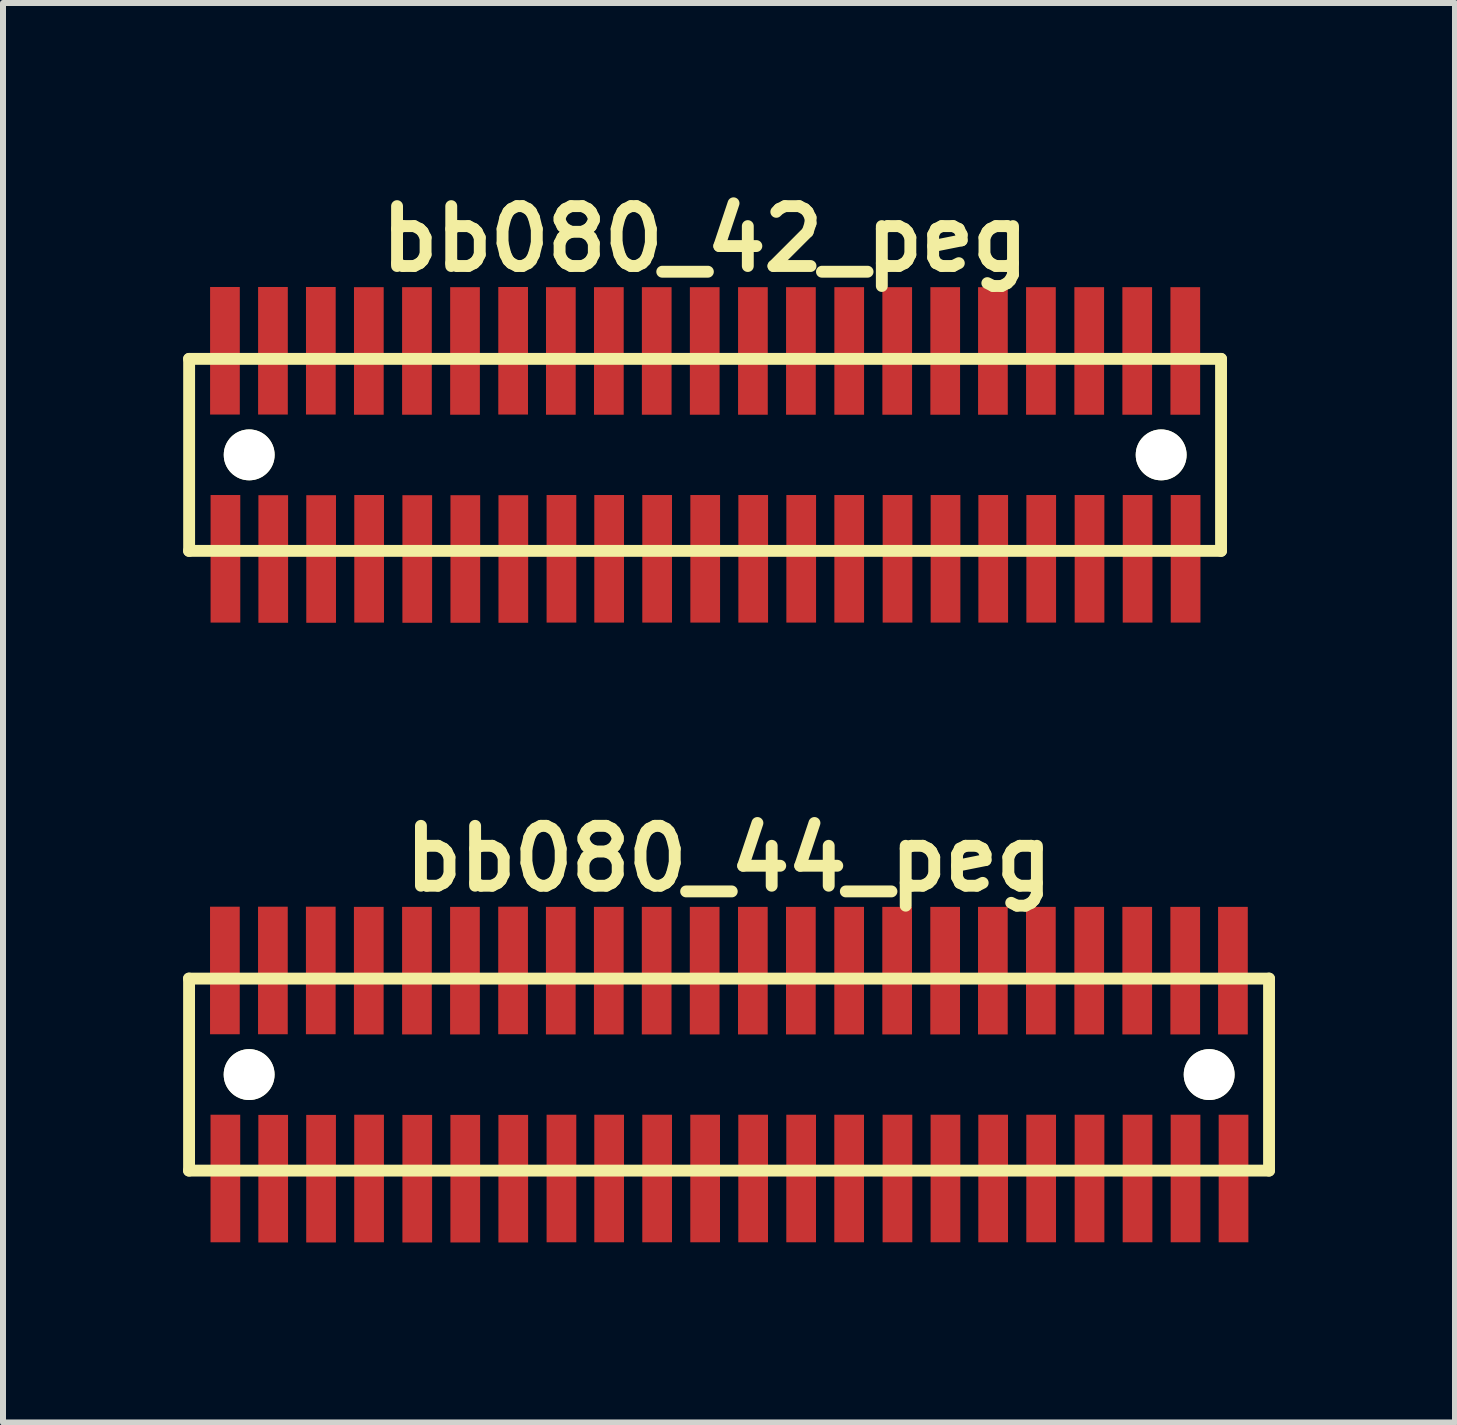
<source format=kicad_pcb>
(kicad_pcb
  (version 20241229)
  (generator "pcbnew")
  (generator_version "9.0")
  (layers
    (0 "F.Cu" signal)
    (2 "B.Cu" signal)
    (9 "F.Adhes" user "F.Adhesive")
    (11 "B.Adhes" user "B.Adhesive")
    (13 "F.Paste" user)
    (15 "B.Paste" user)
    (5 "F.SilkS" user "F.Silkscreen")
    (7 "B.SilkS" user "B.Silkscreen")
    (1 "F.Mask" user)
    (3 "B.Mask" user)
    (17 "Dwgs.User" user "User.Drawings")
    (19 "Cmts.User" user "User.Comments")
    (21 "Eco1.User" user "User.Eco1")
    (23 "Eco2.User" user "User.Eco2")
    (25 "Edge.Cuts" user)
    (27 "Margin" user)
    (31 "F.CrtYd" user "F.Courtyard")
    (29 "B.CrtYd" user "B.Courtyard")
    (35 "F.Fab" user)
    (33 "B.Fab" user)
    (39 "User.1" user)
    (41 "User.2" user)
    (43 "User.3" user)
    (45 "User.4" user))
  (footprint "bb080_42_peg"
    (layer "F.Cu")
    (at 8.7 4.531)
    (property "Reference" "bb080_42_peg" (at 0 -3.599 0) (layer "F.SilkS") (effects (font (size 0.998 0.998) (thickness 0.198))))
    (attr smd)
    (fp_line (start -8.6 -1.6) (end 8.6 -1.6) (stroke (width 0.198) (type solid)) (layer "F.SilkS"))
    (fp_line (start -8.598 -1.6) (end -8.598 1.6) (stroke (width 0.198) (type solid)) (layer "F.SilkS"))
    (fp_line (start 8.6 1.6) (end -8.6 1.6) (stroke (width 0.198) (type solid)) (layer "F.SilkS"))
    (fp_line (start 8.6 1.6) (end 8.6 -1.6) (stroke (width 0.198) (type solid)) (layer "F.SilkS"))
    (pad "" np_thru_hole circle (at -7.597 0) (size 0.848 0.848) (drill 0.848) (layers "*.Cu" "*.Mask" "F.SilkS"))
    (pad "" np_thru_hole circle (at 7.602 0) (size 0.848 0.848) (drill 0.848) (layers "*.Cu" "*.Mask" "F.SilkS"))
    (pad "1" smd rect (at -7.993 1.732) (size 0.495 2.126) (layers "F.Cu" "F.Mask" "F.Paste"))
    (pad "2" smd rect (at -8.001 -1.735) (size 0.495 2.126) (layers "F.Cu" "F.Mask" "F.Paste"))
    (pad "3" smd rect (at -7.196 1.735) (size 0.495 2.126) (layers "F.Cu" "F.Mask" "F.Paste"))
    (pad "4" smd rect (at -7.201 -1.735) (size 0.495 2.126) (layers "F.Cu" "F.Mask" "F.Paste"))
    (pad "5" smd rect (at -6.398 1.735) (size 0.495 2.126) (layers "F.Cu" "F.Mask" "F.Paste"))
    (pad "6" smd rect (at -6.403 -1.735) (size 0.495 2.126) (layers "F.Cu" "F.Mask" "F.Paste"))
    (pad "7" smd rect (at -5.598 1.732) (size 0.495 2.126) (layers "F.Cu" "F.Mask" "F.Paste"))
    (pad "8" smd rect (at -5.603 -1.732) (size 0.495 2.126) (layers "F.Cu" "F.Mask" "F.Paste"))
    (pad "9" smd rect (at -4.796 1.735) (size 0.495 2.126) (layers "F.Cu" "F.Mask" "F.Paste"))
    (pad "10" smd rect (at -4.801 -1.732) (size 0.495 2.126) (layers "F.Cu" "F.Mask" "F.Paste"))
    (pad "11" smd rect (at -3.995 1.735) (size 0.495 2.126) (layers "F.Cu" "F.Mask" "F.Paste"))
    (pad "12" smd rect (at -4 -1.732) (size 0.495 2.126) (layers "F.Cu" "F.Mask" "F.Paste"))
    (pad "13" smd rect (at -3.195 1.735) (size 0.495 2.126) (layers "F.Cu" "F.Mask" "F.Paste"))
    (pad "14" smd rect (at -3.198 -1.735) (size 0.495 2.126) (layers "F.Cu" "F.Mask" "F.Paste"))
    (pad "15" smd rect (at -2.393 1.732) (size 0.495 2.126) (layers "F.Cu" "F.Mask" "F.Paste"))
    (pad "16" smd rect (at -2.403 -1.732) (size 0.495 2.126) (layers "F.Cu" "F.Mask" "F.Paste"))
    (pad "17" smd rect (at -1.598 1.732) (size 0.495 2.126) (layers "F.Cu" "F.Mask" "F.Paste"))
    (pad "18" smd rect (at -1.603 -1.732) (size 0.495 2.126) (layers "F.Cu" "F.Mask" "F.Paste"))
    (pad "19" smd rect (at -0.798 1.732) (size 0.495 2.126) (layers "F.Cu" "F.Mask" "F.Paste"))
    (pad "20" smd rect (at -0.805 -1.732) (size 0.495 2.126) (layers "F.Cu" "F.Mask" "F.Paste"))
    (pad "21" smd rect (at 0.003 1.732) (size 0.495 2.126) (layers "F.Cu" "F.Mask" "F.Paste"))
    (pad "22" smd rect (at -0.005 -1.732) (size 0.495 2.126) (layers "F.Cu" "F.Mask" "F.Paste"))
    (pad "23" smd rect (at 0.803 1.732) (size 0.495 2.126) (layers "F.Cu" "F.Mask" "F.Paste"))
    (pad "24" smd rect (at 0.798 -1.732) (size 0.495 2.126) (layers "F.Cu" "F.Mask" "F.Paste"))
    (pad "25" smd rect (at 1.603 1.732) (size 0.495 2.126) (layers "F.Cu" "F.Mask" "F.Paste"))
    (pad "26" smd rect (at 1.598 -1.732) (size 0.495 2.126) (layers "F.Cu" "F.Mask" "F.Paste"))
    (pad "27" smd rect (at 2.403 1.732) (size 0.495 2.126) (layers "F.Cu" "F.Mask" "F.Paste"))
    (pad "28" smd rect (at 2.403 -1.732) (size 0.495 2.126) (layers "F.Cu" "F.Mask" "F.Paste"))
    (pad "29" smd rect (at 3.208 1.732) (size 0.495 2.126) (layers "F.Cu" "F.Mask" "F.Paste"))
    (pad "30" smd rect (at 3.203 -1.732) (size 0.495 2.126) (layers "F.Cu" "F.Mask" "F.Paste"))
    (pad "31" smd rect (at 4.008 1.732) (size 0.495 2.126) (layers "F.Cu" "F.Mask" "F.Paste"))
    (pad "32" smd rect (at 4.003 -1.732) (size 0.495 2.126) (layers "F.Cu" "F.Mask" "F.Paste"))
    (pad "33" smd rect (at 4.803 1.732) (size 0.495 2.126) (layers "F.Cu" "F.Mask" "F.Paste"))
    (pad "34" smd rect (at 4.798 -1.732) (size 0.495 2.126) (layers "F.Cu" "F.Mask" "F.Paste"))
    (pad "35" smd rect (at 5.603 1.732) (size 0.495 2.126) (layers "F.Cu" "F.Mask" "F.Paste"))
    (pad "36" smd rect (at 5.598 -1.732) (size 0.495 2.126) (layers "F.Cu" "F.Mask" "F.Paste"))
    (pad "37" smd rect (at 6.408 1.732) (size 0.495 2.126) (layers "F.Cu" "F.Mask" "F.Paste"))
    (pad "38" smd rect (at 6.403 -1.732) (size 0.495 2.126) (layers "F.Cu" "F.Mask" "F.Paste"))
    (pad "39" smd rect (at 7.209 1.732) (size 0.495 2.126) (layers "F.Cu" "F.Mask" "F.Paste"))
    (pad "40" smd rect (at 7.203 -1.732) (size 0.495 2.126) (layers "F.Cu" "F.Mask" "F.Paste"))
    (pad "41" smd rect (at 8.009 1.732) (size 0.495 2.126) (layers "F.Cu" "F.Mask" "F.Paste"))
    (pad "42" smd rect (at 8.004 -1.732) (size 0.495 2.126) (layers "F.Cu" "F.Mask" "F.Paste")))
  (footprint "bb080_44_peg"
    (layer "F.Cu")
    (at 9.098 14.859)
    (property "Reference" "bb080_44_peg" (at 0 -3.599 0) (layer "F.SilkS") (effects (font (size 0.998 0.998) (thickness 0.198))))
    (attr smd)
    (fp_line (start -8.999 -1.6) (end 9.002 -1.6) (stroke (width 0.198) (type solid)) (layer "F.SilkS"))
    (fp_line (start -8.997 -1.6) (end -8.997 1.6) (stroke (width 0.198) (type solid)) (layer "F.SilkS"))
    (fp_line (start 9.002 1.6) (end -8.999 1.6) (stroke (width 0.198) (type solid)) (layer "F.SilkS"))
    (fp_line (start 9.002 1.6) (end 9.002 -1.6) (stroke (width 0.198) (type solid)) (layer "F.SilkS"))
    (pad "" np_thru_hole circle (at -7.996 0) (size 0.848 0.848) (drill 0.848) (layers "*.Cu" "*.Mask" "F.SilkS"))
    (pad "" np_thru_hole circle (at 8.004 0) (size 0.848 0.848) (drill 0.848) (layers "*.Cu" "*.Mask" "F.SilkS"))
    (pad "1" smd rect (at -8.392 1.732) (size 0.495 2.126) (layers "F.Cu" "F.Mask" "F.Paste"))
    (pad "2" smd rect (at -8.4 -1.735) (size 0.495 2.126) (layers "F.Cu" "F.Mask" "F.Paste"))
    (pad "3" smd rect (at -7.595 1.735) (size 0.495 2.126) (layers "F.Cu" "F.Mask" "F.Paste"))
    (pad "4" smd rect (at -7.6 -1.735) (size 0.495 2.126) (layers "F.Cu" "F.Mask" "F.Paste"))
    (pad "5" smd rect (at -6.797 1.735) (size 0.495 2.126) (layers "F.Cu" "F.Mask" "F.Paste"))
    (pad "6" smd rect (at -6.802 -1.735) (size 0.495 2.126) (layers "F.Cu" "F.Mask" "F.Paste"))
    (pad "7" smd rect (at -5.997 1.732) (size 0.495 2.126) (layers "F.Cu" "F.Mask" "F.Paste"))
    (pad "8" smd rect (at -6.002 -1.732) (size 0.495 2.126) (layers "F.Cu" "F.Mask" "F.Paste"))
    (pad "9" smd rect (at -5.194 1.735) (size 0.495 2.126) (layers "F.Cu" "F.Mask" "F.Paste"))
    (pad "10" smd rect (at -5.199 -1.732) (size 0.495 2.126) (layers "F.Cu" "F.Mask" "F.Paste"))
    (pad "11" smd rect (at -4.394 1.735) (size 0.495 2.126) (layers "F.Cu" "F.Mask" "F.Paste"))
    (pad "12" smd rect (at -4.399 -1.732) (size 0.495 2.126) (layers "F.Cu" "F.Mask" "F.Paste"))
    (pad "13" smd rect (at -3.594 1.735) (size 0.495 2.126) (layers "F.Cu" "F.Mask" "F.Paste"))
    (pad "14" smd rect (at -3.597 -1.735) (size 0.495 2.126) (layers "F.Cu" "F.Mask" "F.Paste"))
    (pad "15" smd rect (at -2.791 1.732) (size 0.495 2.126) (layers "F.Cu" "F.Mask" "F.Paste"))
    (pad "16" smd rect (at -2.802 -1.732) (size 0.495 2.126) (layers "F.Cu" "F.Mask" "F.Paste"))
    (pad "17" smd rect (at -1.996 1.732) (size 0.495 2.126) (layers "F.Cu" "F.Mask" "F.Paste"))
    (pad "18" smd rect (at -2.002 -1.732) (size 0.495 2.126) (layers "F.Cu" "F.Mask" "F.Paste"))
    (pad "19" smd rect (at -1.196 1.732) (size 0.495 2.126) (layers "F.Cu" "F.Mask" "F.Paste"))
    (pad "20" smd rect (at -1.204 -1.732) (size 0.495 2.126) (layers "F.Cu" "F.Mask" "F.Paste"))
    (pad "21" smd rect (at -0.396 1.732) (size 0.495 2.126) (layers "F.Cu" "F.Mask" "F.Paste"))
    (pad "22" smd rect (at -0.404 -1.732) (size 0.495 2.126) (layers "F.Cu" "F.Mask" "F.Paste"))
    (pad "23" smd rect (at 0.404 1.732) (size 0.495 2.126) (layers "F.Cu" "F.Mask" "F.Paste"))
    (pad "24" smd rect (at 0.399 -1.732) (size 0.495 2.126) (layers "F.Cu" "F.Mask" "F.Paste"))
    (pad "25" smd rect (at 1.204 1.732) (size 0.495 2.126) (layers "F.Cu" "F.Mask" "F.Paste"))
    (pad "26" smd rect (at 1.199 -1.732) (size 0.495 2.126) (layers "F.Cu" "F.Mask" "F.Paste"))
    (pad "27" smd rect (at 2.004 1.732) (size 0.495 2.126) (layers "F.Cu" "F.Mask" "F.Paste"))
    (pad "28" smd rect (at 2.004 -1.732) (size 0.495 2.126) (layers "F.Cu" "F.Mask" "F.Paste"))
    (pad "29" smd rect (at 2.809 1.732) (size 0.495 2.126) (layers "F.Cu" "F.Mask" "F.Paste"))
    (pad "30" smd rect (at 2.804 -1.732) (size 0.495 2.126) (layers "F.Cu" "F.Mask" "F.Paste"))
    (pad "31" smd rect (at 3.609 1.732) (size 0.495 2.126) (layers "F.Cu" "F.Mask" "F.Paste"))
    (pad "32" smd rect (at 3.604 -1.732) (size 0.495 2.126) (layers "F.Cu" "F.Mask" "F.Paste"))
    (pad "33" smd rect (at 4.404 1.732) (size 0.495 2.126) (layers "F.Cu" "F.Mask" "F.Paste"))
    (pad "34" smd rect (at 4.399 -1.732) (size 0.495 2.126) (layers "F.Cu" "F.Mask" "F.Paste"))
    (pad "35" smd rect (at 5.204 1.732) (size 0.495 2.126) (layers "F.Cu" "F.Mask" "F.Paste"))
    (pad "36" smd rect (at 5.199 -1.732) (size 0.495 2.126) (layers "F.Cu" "F.Mask" "F.Paste"))
    (pad "37" smd rect (at 6.01 1.732) (size 0.495 2.126) (layers "F.Cu" "F.Mask" "F.Paste"))
    (pad "38" smd rect (at 6.005 -1.732) (size 0.495 2.126) (layers "F.Cu" "F.Mask" "F.Paste"))
    (pad "39" smd rect (at 6.81 1.732) (size 0.495 2.126) (layers "F.Cu" "F.Mask" "F.Paste"))
    (pad "40" smd rect (at 6.805 -1.732) (size 0.495 2.126) (layers "F.Cu" "F.Mask" "F.Paste"))
    (pad "41" smd rect (at 7.61 1.732) (size 0.495 2.126) (layers "F.Cu" "F.Mask" "F.Paste"))
    (pad "42" smd rect (at 7.605 -1.732) (size 0.495 2.126) (layers "F.Cu" "F.Mask" "F.Paste"))
    (pad "43" smd rect (at 8.41 1.732) (size 0.495 2.126) (layers "F.Cu" "F.Mask" "F.Paste"))
    (pad "44" smd rect (at 8.4 -1.732) (size 0.495 2.126) (layers "F.Cu" "F.Mask" "F.Paste")))
  (gr_rect
    (start -3 -3)
    (end 21.199 20.657)
    (stroke (width 0.1) (type default))
    (fill no)
    (layer "Edge.Cuts")))
</source>
